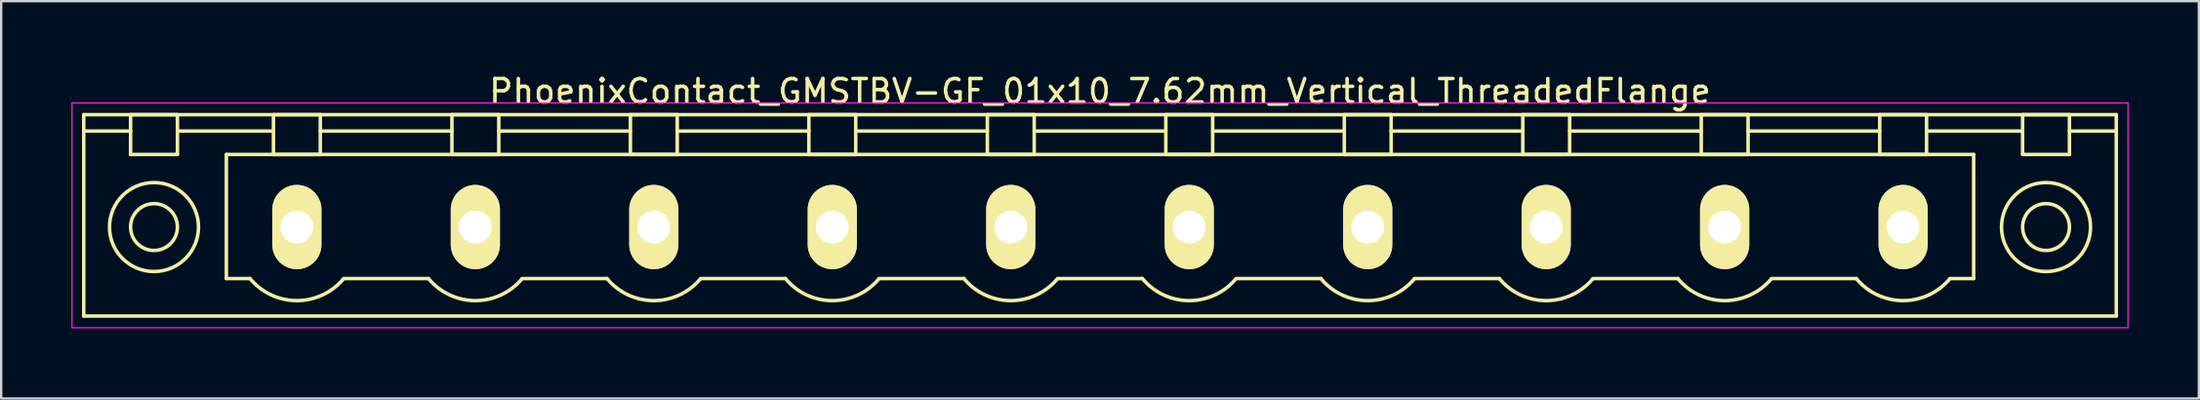
<source format=kicad_pcb>
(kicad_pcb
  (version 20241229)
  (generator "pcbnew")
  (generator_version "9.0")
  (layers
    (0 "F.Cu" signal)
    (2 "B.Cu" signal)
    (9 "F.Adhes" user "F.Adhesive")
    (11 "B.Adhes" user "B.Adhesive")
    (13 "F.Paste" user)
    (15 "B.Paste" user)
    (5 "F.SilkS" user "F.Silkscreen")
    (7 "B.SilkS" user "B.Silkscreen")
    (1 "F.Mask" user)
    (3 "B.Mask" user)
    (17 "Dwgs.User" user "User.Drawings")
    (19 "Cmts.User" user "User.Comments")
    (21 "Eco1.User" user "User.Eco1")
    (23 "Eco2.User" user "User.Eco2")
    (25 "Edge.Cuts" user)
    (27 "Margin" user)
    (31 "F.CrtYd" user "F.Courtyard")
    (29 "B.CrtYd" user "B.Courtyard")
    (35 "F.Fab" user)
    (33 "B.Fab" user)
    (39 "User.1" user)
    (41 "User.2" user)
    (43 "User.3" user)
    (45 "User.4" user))
  (footprint "PhoenixContact_GMSTBV-GF_01x10_7.62mm_Vertical_ThreadedFlange"
    (layer "F.Cu")
    (at 9.625 6.648)
    (property "Reference" "PhoenixContact_GMSTBV-GF_01x10_7.62mm_Vertical_ThreadedFlange" (at 34.29 -5.8 0) (layer "F.SilkS") (effects (font (size 1 1) (thickness 0.15))))
    (attr through_hole)
    (fp_line (start -9.1 -4.8) (end -9.1 3.8) (stroke (width 0.15) (type solid)) (layer "F.SilkS"))
    (fp_line (start -9.1 -4.1) (end -7.1 -4.1) (stroke (width 0.15) (type solid)) (layer "F.SilkS"))
    (fp_line (start -9.1 3.8) (end 77.68 3.8) (stroke (width 0.15) (type solid)) (layer "F.SilkS"))
    (fp_line (start -7.1 -4.8) (end -5.1 -4.8) (stroke (width 0.15) (type solid)) (layer "F.SilkS"))
    (fp_line (start -7.1 -3.1) (end -7.1 -4.8) (stroke (width 0.15) (type solid)) (layer "F.SilkS"))
    (fp_line (start -5.1 -4.8) (end -5.1 -3.1) (stroke (width 0.15) (type solid)) (layer "F.SilkS"))
    (fp_line (start -5.1 -4.1) (end -1 -4.1) (stroke (width 0.15) (type solid)) (layer "F.SilkS"))
    (fp_line (start -5.1 -3.1) (end -7.1 -3.1) (stroke (width 0.15) (type solid)) (layer "F.SilkS"))
    (fp_line (start -3.01 -3.1) (end 71.59 -3.1) (stroke (width 0.15) (type solid)) (layer "F.SilkS"))
    (fp_line (start -3.01 2.2) (end -3.01 -3.1) (stroke (width 0.15) (type solid)) (layer "F.SilkS"))
    (fp_line (start -2 2.2) (end -3.01 2.2) (stroke (width 0.15) (type solid)) (layer "F.SilkS"))
    (fp_line (start -1 -4.8) (end 1 -4.8) (stroke (width 0.15) (type solid)) (layer "F.SilkS"))
    (fp_line (start -1 -3.1) (end -1 -4.8) (stroke (width 0.15) (type solid)) (layer "F.SilkS"))
    (fp_line (start 1 -4.8) (end 1 -3.1) (stroke (width 0.15) (type solid)) (layer "F.SilkS"))
    (fp_line (start 1 -4.1) (end 6.62 -4.1) (stroke (width 0.15) (type solid)) (layer "F.SilkS"))
    (fp_line (start 1 -3.1) (end -1 -3.1) (stroke (width 0.15) (type solid)) (layer "F.SilkS"))
    (fp_line (start 2 2.2) (end 5.62 2.2) (stroke (width 0.15) (type solid)) (layer "F.SilkS"))
    (fp_line (start 6.62 -4.8) (end 8.62 -4.8) (stroke (width 0.15) (type solid)) (layer "F.SilkS"))
    (fp_line (start 6.62 -3.1) (end 6.62 -4.8) (stroke (width 0.15) (type solid)) (layer "F.SilkS"))
    (fp_line (start 8.62 -4.8) (end 8.62 -3.1) (stroke (width 0.15) (type solid)) (layer "F.SilkS"))
    (fp_line (start 8.62 -4.1) (end 14.24 -4.1) (stroke (width 0.15) (type solid)) (layer "F.SilkS"))
    (fp_line (start 8.62 -3.1) (end 6.62 -3.1) (stroke (width 0.15) (type solid)) (layer "F.SilkS"))
    (fp_line (start 9.62 2.2) (end 13.24 2.2) (stroke (width 0.15) (type solid)) (layer "F.SilkS"))
    (fp_line (start 14.24 -4.8) (end 16.24 -4.8) (stroke (width 0.15) (type solid)) (layer "F.SilkS"))
    (fp_line (start 14.24 -3.1) (end 14.24 -4.8) (stroke (width 0.15) (type solid)) (layer "F.SilkS"))
    (fp_line (start 16.24 -4.8) (end 16.24 -3.1) (stroke (width 0.15) (type solid)) (layer "F.SilkS"))
    (fp_line (start 16.24 -4.1) (end 21.86 -4.1) (stroke (width 0.15) (type solid)) (layer "F.SilkS"))
    (fp_line (start 16.24 -3.1) (end 14.24 -3.1) (stroke (width 0.15) (type solid)) (layer "F.SilkS"))
    (fp_line (start 17.24 2.2) (end 20.86 2.2) (stroke (width 0.15) (type solid)) (layer "F.SilkS"))
    (fp_line (start 21.86 -4.8) (end 23.86 -4.8) (stroke (width 0.15) (type solid)) (layer "F.SilkS"))
    (fp_line (start 21.86 -3.1) (end 21.86 -4.8) (stroke (width 0.15) (type solid)) (layer "F.SilkS"))
    (fp_line (start 23.86 -4.8) (end 23.86 -3.1) (stroke (width 0.15) (type solid)) (layer "F.SilkS"))
    (fp_line (start 23.86 -4.1) (end 29.48 -4.1) (stroke (width 0.15) (type solid)) (layer "F.SilkS"))
    (fp_line (start 23.86 -3.1) (end 21.86 -3.1) (stroke (width 0.15) (type solid)) (layer "F.SilkS"))
    (fp_line (start 24.86 2.2) (end 28.48 2.2) (stroke (width 0.15) (type solid)) (layer "F.SilkS"))
    (fp_line (start 29.48 -4.8) (end 31.48 -4.8) (stroke (width 0.15) (type solid)) (layer "F.SilkS"))
    (fp_line (start 29.48 -3.1) (end 29.48 -4.8) (stroke (width 0.15) (type solid)) (layer "F.SilkS"))
    (fp_line (start 31.48 -4.8) (end 31.48 -3.1) (stroke (width 0.15) (type solid)) (layer "F.SilkS"))
    (fp_line (start 31.48 -4.1) (end 37.1 -4.1) (stroke (width 0.15) (type solid)) (layer "F.SilkS"))
    (fp_line (start 31.48 -3.1) (end 29.48 -3.1) (stroke (width 0.15) (type solid)) (layer "F.SilkS"))
    (fp_line (start 32.48 2.2) (end 36.1 2.2) (stroke (width 0.15) (type solid)) (layer "F.SilkS"))
    (fp_line (start 37.1 -4.8) (end 39.1 -4.8) (stroke (width 0.15) (type solid)) (layer "F.SilkS"))
    (fp_line (start 37.1 -3.1) (end 37.1 -4.8) (stroke (width 0.15) (type solid)) (layer "F.SilkS"))
    (fp_line (start 39.1 -4.8) (end 39.1 -3.1) (stroke (width 0.15) (type solid)) (layer "F.SilkS"))
    (fp_line (start 39.1 -4.1) (end 44.72 -4.1) (stroke (width 0.15) (type solid)) (layer "F.SilkS"))
    (fp_line (start 39.1 -3.1) (end 37.1 -3.1) (stroke (width 0.15) (type solid)) (layer "F.SilkS"))
    (fp_line (start 40.1 2.2) (end 43.72 2.2) (stroke (width 0.15) (type solid)) (layer "F.SilkS"))
    (fp_line (start 44.72 -4.8) (end 46.72 -4.8) (stroke (width 0.15) (type solid)) (layer "F.SilkS"))
    (fp_line (start 44.72 -3.1) (end 44.72 -4.8) (stroke (width 0.15) (type solid)) (layer "F.SilkS"))
    (fp_line (start 46.72 -4.8) (end 46.72 -3.1) (stroke (width 0.15) (type solid)) (layer "F.SilkS"))
    (fp_line (start 46.72 -4.1) (end 52.34 -4.1) (stroke (width 0.15) (type solid)) (layer "F.SilkS"))
    (fp_line (start 46.72 -3.1) (end 44.72 -3.1) (stroke (width 0.15) (type solid)) (layer "F.SilkS"))
    (fp_line (start 47.72 2.2) (end 51.34 2.2) (stroke (width 0.15) (type solid)) (layer "F.SilkS"))
    (fp_line (start 52.34 -4.8) (end 54.34 -4.8) (stroke (width 0.15) (type solid)) (layer "F.SilkS"))
    (fp_line (start 52.34 -3.1) (end 52.34 -4.8) (stroke (width 0.15) (type solid)) (layer "F.SilkS"))
    (fp_line (start 54.34 -4.8) (end 54.34 -3.1) (stroke (width 0.15) (type solid)) (layer "F.SilkS"))
    (fp_line (start 54.34 -4.1) (end 59.96 -4.1) (stroke (width 0.15) (type solid)) (layer "F.SilkS"))
    (fp_line (start 54.34 -3.1) (end 52.34 -3.1) (stroke (width 0.15) (type solid)) (layer "F.SilkS"))
    (fp_line (start 55.34 2.2) (end 58.96 2.2) (stroke (width 0.15) (type solid)) (layer "F.SilkS"))
    (fp_line (start 59.96 -4.8) (end 61.96 -4.8) (stroke (width 0.15) (type solid)) (layer "F.SilkS"))
    (fp_line (start 59.96 -3.1) (end 59.96 -4.8) (stroke (width 0.15) (type solid)) (layer "F.SilkS"))
    (fp_line (start 61.96 -4.8) (end 61.96 -3.1) (stroke (width 0.15) (type solid)) (layer "F.SilkS"))
    (fp_line (start 61.96 -4.1) (end 67.58 -4.1) (stroke (width 0.15) (type solid)) (layer "F.SilkS"))
    (fp_line (start 61.96 -3.1) (end 59.96 -3.1) (stroke (width 0.15) (type solid)) (layer "F.SilkS"))
    (fp_line (start 62.96 2.2) (end 66.58 2.2) (stroke (width 0.15) (type solid)) (layer "F.SilkS"))
    (fp_line (start 67.58 -4.8) (end 69.58 -4.8) (stroke (width 0.15) (type solid)) (layer "F.SilkS"))
    (fp_line (start 67.58 -3.1) (end 67.58 -4.8) (stroke (width 0.15) (type solid)) (layer "F.SilkS"))
    (fp_line (start 69.58 -4.8) (end 69.58 -3.1) (stroke (width 0.15) (type solid)) (layer "F.SilkS"))
    (fp_line (start 69.58 -4.1) (end 73.68 -4.1) (stroke (width 0.15) (type solid)) (layer "F.SilkS"))
    (fp_line (start 69.58 -3.1) (end 67.58 -3.1) (stroke (width 0.15) (type solid)) (layer "F.SilkS"))
    (fp_line (start 71.59 -3.1) (end 71.59 2.2) (stroke (width 0.15) (type solid)) (layer "F.SilkS"))
    (fp_line (start 71.59 2.2) (end 70.58 2.2) (stroke (width 0.15) (type solid)) (layer "F.SilkS"))
    (fp_line (start 73.68 -4.8) (end 75.68 -4.8) (stroke (width 0.15) (type solid)) (layer "F.SilkS"))
    (fp_line (start 73.68 -3.1) (end 73.68 -4.8) (stroke (width 0.15) (type solid)) (layer "F.SilkS"))
    (fp_line (start 75.68 -4.8) (end 75.68 -3.1) (stroke (width 0.15) (type solid)) (layer "F.SilkS"))
    (fp_line (start 75.68 -3.1) (end 73.68 -3.1) (stroke (width 0.15) (type solid)) (layer "F.SilkS"))
    (fp_line (start 77.68 -4.8) (end -9.1 -4.8) (stroke (width 0.15) (type solid)) (layer "F.SilkS"))
    (fp_line (start 77.68 -4.1) (end 75.68 -4.1) (stroke (width 0.15) (type solid)) (layer "F.SilkS"))
    (fp_line (start 77.68 3.8) (end 77.68 -4.8) (stroke (width 0.15) (type solid)) (layer "F.SilkS"))
    (fp_arc (start 1.986842 2.215821) (mid -0.010289 3.142758) (end -2 2.2) (stroke (width 0.15) (type solid)) (layer "F.SilkS"))
    (fp_arc (start 9.606842 2.215821) (mid 7.609711 3.142758) (end 5.62 2.2) (stroke (width 0.15) (type solid)) (layer "F.SilkS"))
    (fp_arc (start 17.226842 2.215821) (mid 15.229711 3.142758) (end 13.24 2.2) (stroke (width 0.15) (type solid)) (layer "F.SilkS"))
    (fp_arc (start 24.846842 2.215821) (mid 22.849711 3.142758) (end 20.86 2.2) (stroke (width 0.15) (type solid)) (layer "F.SilkS"))
    (fp_arc (start 32.466842 2.215821) (mid 30.469711 3.142758) (end 28.48 2.2) (stroke (width 0.15) (type solid)) (layer "F.SilkS"))
    (fp_arc (start 40.086842 2.215821) (mid 38.089711 3.142758) (end 36.1 2.2) (stroke (width 0.15) (type solid)) (layer "F.SilkS"))
    (fp_arc (start 47.706842 2.215821) (mid 45.709711 3.142758) (end 43.72 2.2) (stroke (width 0.15) (type solid)) (layer "F.SilkS"))
    (fp_arc (start 55.326842 2.215821) (mid 53.329711 3.142758) (end 51.34 2.2) (stroke (width 0.15) (type solid)) (layer "F.SilkS"))
    (fp_arc (start 62.946842 2.215821) (mid 60.949711 3.142758) (end 58.96 2.2) (stroke (width 0.15) (type solid)) (layer "F.SilkS"))
    (fp_arc (start 70.566842 2.215821) (mid 68.569711 3.142758) (end 66.58 2.2) (stroke (width 0.15) (type solid)) (layer "F.SilkS"))
    (fp_circle (center -6.1 0) (end -5.1 0) (stroke (width 0.15) (type solid)) (fill no) (layer "F.SilkS"))
    (fp_circle (center -6.1 0) (end -4.2 0) (stroke (width 0.15) (type solid)) (fill no) (layer "F.SilkS"))
    (fp_circle (center 74.68 0) (end 75.68 0) (stroke (width 0.15) (type solid)) (fill no) (layer "F.SilkS"))
    (fp_circle (center 74.68 0) (end 76.58 0) (stroke (width 0.15) (type solid)) (fill no) (layer "F.SilkS"))
    (fp_line (start -9.6 -5.3) (end -9.6 4.3) (stroke (width 0.05) (type solid)) (layer "F.CrtYd"))
    (fp_line (start -9.6 4.3) (end 78.18 4.3) (stroke (width 0.05) (type solid)) (layer "F.CrtYd"))
    (fp_line (start 78.18 -5.3) (end -9.6 -5.3) (stroke (width 0.05) (type solid)) (layer "F.CrtYd"))
    (fp_line (start 78.18 4.3) (end 78.18 -5.3) (stroke (width 0.05) (type solid)) (layer "F.CrtYd"))
    (pad "1" thru_hole oval (at 0 0) (size 2.1 3.6) (drill 1.4) (layers "*.Cu" "*.Mask" "F.SilkS"))
    (pad "2" thru_hole oval (at 7.62 0) (size 2.1 3.6) (drill 1.4) (layers "*.Cu" "*.Mask" "F.SilkS"))
    (pad "3" thru_hole oval (at 15.24 0) (size 2.1 3.6) (drill 1.4) (layers "*.Cu" "*.Mask" "F.SilkS"))
    (pad "4" thru_hole oval (at 22.86 0) (size 2.1 3.6) (drill 1.4) (layers "*.Cu" "*.Mask" "F.SilkS"))
    (pad "5" thru_hole oval (at 30.48 0) (size 2.1 3.6) (drill 1.4) (layers "*.Cu" "*.Mask" "F.SilkS"))
    (pad "6" thru_hole oval (at 38.1 0) (size 2.1 3.6) (drill 1.4) (layers "*.Cu" "*.Mask" "F.SilkS"))
    (pad "7" thru_hole oval (at 45.72 0) (size 2.1 3.6) (drill 1.4) (layers "*.Cu" "*.Mask" "F.SilkS"))
    (pad "8" thru_hole oval (at 53.34 0) (size 2.1 3.6) (drill 1.4) (layers "*.Cu" "*.Mask" "F.SilkS"))
    (pad "9" thru_hole oval (at 60.96 0) (size 2.1 3.6) (drill 1.4) (layers "*.Cu" "*.Mask" "F.SilkS"))
    (pad "10" thru_hole oval (at 68.58 0) (size 2.1 3.6) (drill 1.4) (layers "*.Cu" "*.Mask" "F.SilkS")))
  (gr_rect
    (start -3 -3)
    (end 90.83 13.973)
    (stroke (width 0.1) (type default))
    (fill no)
    (layer "Edge.Cuts")))
</source>
